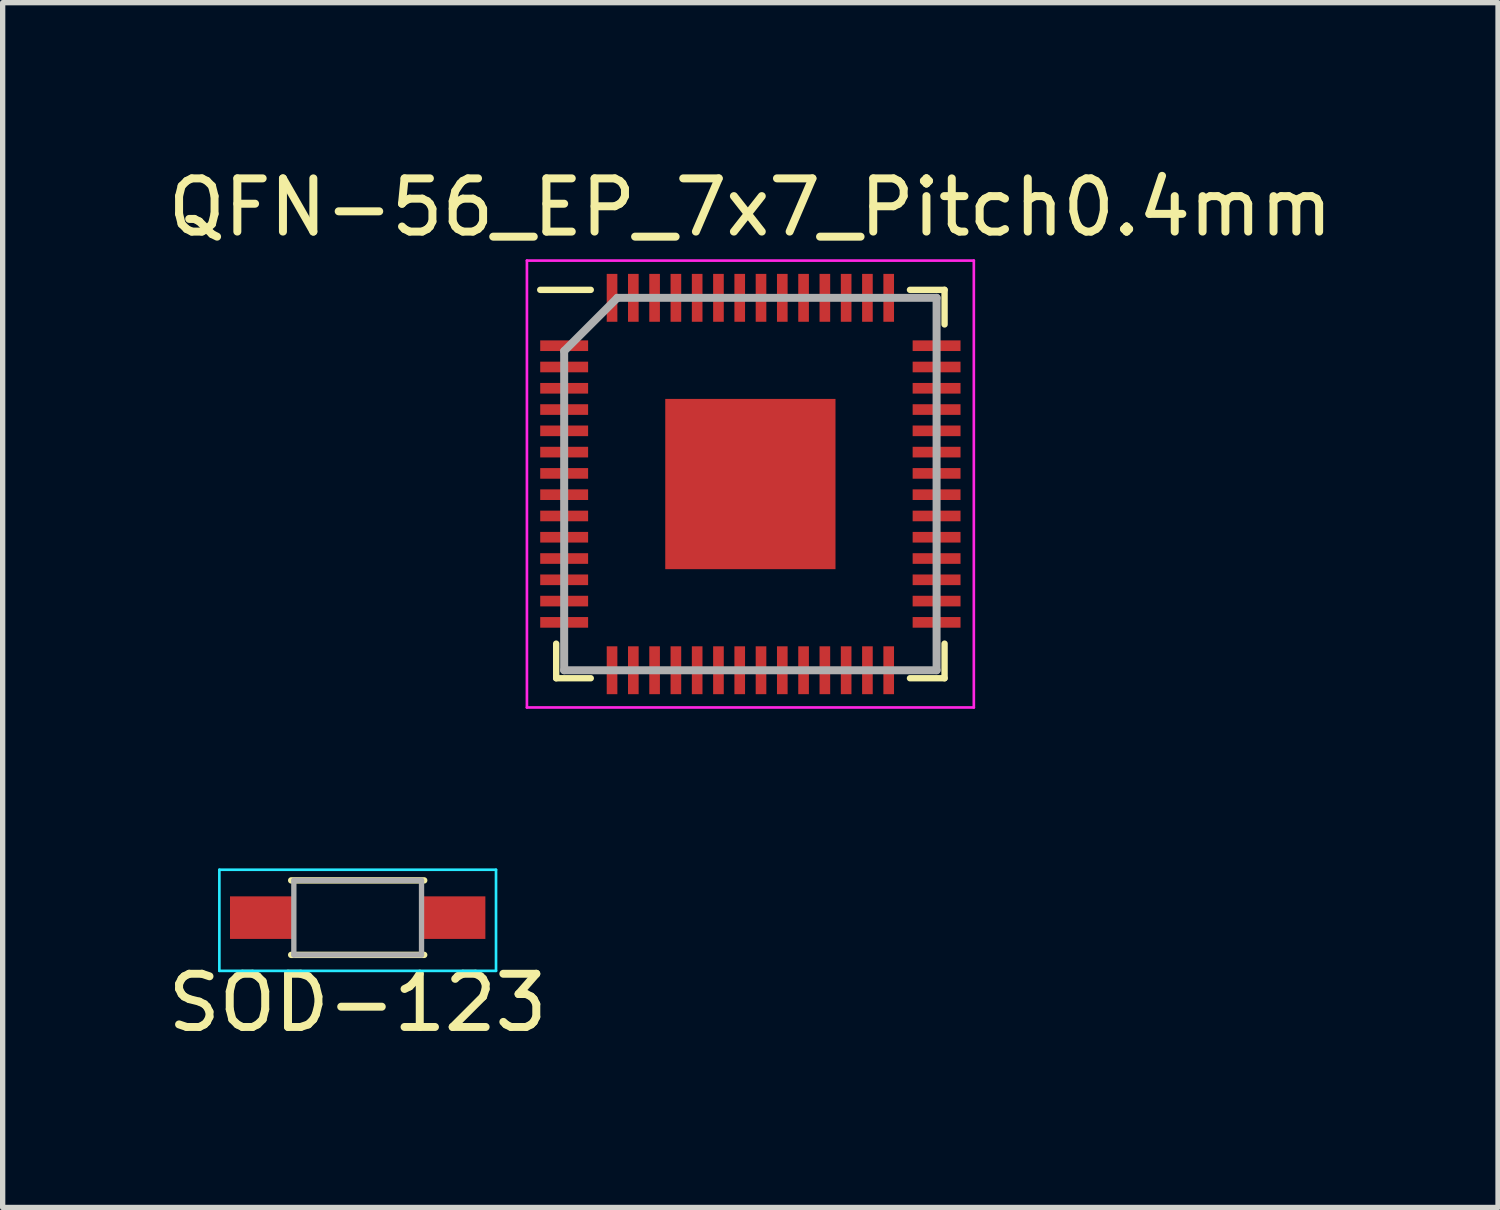
<source format=kicad_pcb>
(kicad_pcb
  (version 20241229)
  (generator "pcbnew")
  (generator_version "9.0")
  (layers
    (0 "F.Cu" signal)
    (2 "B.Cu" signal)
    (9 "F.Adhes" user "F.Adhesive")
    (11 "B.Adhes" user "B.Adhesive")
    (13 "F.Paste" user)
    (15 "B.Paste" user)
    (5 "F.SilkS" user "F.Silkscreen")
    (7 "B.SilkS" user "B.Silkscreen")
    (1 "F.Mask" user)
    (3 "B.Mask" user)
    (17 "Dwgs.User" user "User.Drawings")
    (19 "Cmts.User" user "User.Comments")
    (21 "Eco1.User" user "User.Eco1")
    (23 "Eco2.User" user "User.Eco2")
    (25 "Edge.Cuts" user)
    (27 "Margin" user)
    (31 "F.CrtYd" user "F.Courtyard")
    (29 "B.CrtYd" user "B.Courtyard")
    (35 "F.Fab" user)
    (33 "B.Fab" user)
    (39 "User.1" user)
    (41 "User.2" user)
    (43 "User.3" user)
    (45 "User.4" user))
  (footprint "QFN-56_EP_7x7_Pitch0.4mm"
    (layer "F.Cu")
    (at 11.054 6.048)
    (property "Reference" "QFN-56_EP_7x7_Pitch0.4mm" (at 0 -5.2 0) (layer "F.SilkS") (effects (font (size 1 1) (thickness 0.15))))
    (attr through_hole)
    (fp_line (start -3.65 3.65) (end -3.65 3) (stroke (width 0.12) (type solid)) (layer "F.SilkS"))
    (fp_line (start -3 -3.65) (end -3.95 -3.65) (stroke (width 0.12) (type solid)) (layer "F.SilkS"))
    (fp_line (start -3 3.65) (end -3.65 3.65) (stroke (width 0.12) (type solid)) (layer "F.SilkS"))
    (fp_line (start 3 -3.65) (end 3.65 -3.65) (stroke (width 0.12) (type solid)) (layer "F.SilkS"))
    (fp_line (start 3 3.65) (end 3.65 3.65) (stroke (width 0.12) (type solid)) (layer "F.SilkS"))
    (fp_line (start 3.65 -3.65) (end 3.65 -3) (stroke (width 0.12) (type solid)) (layer "F.SilkS"))
    (fp_line (start 3.65 3.65) (end 3.65 3) (stroke (width 0.12) (type solid)) (layer "F.SilkS"))
    (fp_line (start -4.2 -4.2) (end 4.2 -4.2) (stroke (width 0.05) (type solid)) (layer "F.CrtYd"))
    (fp_line (start -4.2 4.2) (end -4.2 -4.2) (stroke (width 0.05) (type solid)) (layer "F.CrtYd"))
    (fp_line (start 4.2 -4.2) (end 4.2 4.2) (stroke (width 0.05) (type solid)) (layer "F.CrtYd"))
    (fp_line (start 4.2 4.2) (end -4.2 4.2) (stroke (width 0.05) (type solid)) (layer "F.CrtYd"))
    (fp_line (start -3.5 -2.5) (end -3.5 3.5) (stroke (width 0.15) (type solid)) (layer "F.Fab"))
    (fp_line (start -3.5 3.5) (end 3.5 3.5) (stroke (width 0.15) (type solid)) (layer "F.Fab"))
    (fp_line (start -2.5 -3.5) (end -3.5 -2.5) (stroke (width 0.15) (type solid)) (layer "F.Fab"))
    (fp_line (start 3.5 -3.5) (end -2.5 -3.5) (stroke (width 0.15) (type solid)) (layer "F.Fab"))
    (fp_line (start 3.5 3.5) (end 3.5 -3.5) (stroke (width 0.15) (type solid)) (layer "F.Fab"))
    (pad "1" smd rect (at -3.5 -2.6 90) (size 0.2 0.9) (layers "F.Cu" "F.Mask" "F.Paste"))
    (pad "2" smd rect (at -3.5 -2.2 90) (size 0.2 0.9) (layers "F.Cu" "F.Mask" "F.Paste"))
    (pad "3" smd rect (at -3.5 -1.8 90) (size 0.2 0.9) (layers "F.Cu" "F.Mask" "F.Paste"))
    (pad "4" smd rect (at -3.5 -1.4 90) (size 0.2 0.9) (layers "F.Cu" "F.Mask" "F.Paste"))
    (pad "5" smd rect (at -3.5 -1 90) (size 0.2 0.9) (layers "F.Cu" "F.Mask" "F.Paste"))
    (pad "6" smd rect (at -3.5 -0.6 90) (size 0.2 0.9) (layers "F.Cu" "F.Mask" "F.Paste"))
    (pad "7" smd rect (at -3.5 -0.2 90) (size 0.2 0.9) (layers "F.Cu" "F.Mask" "F.Paste"))
    (pad "8" smd rect (at -3.5 0.2 90) (size 0.2 0.9) (layers "F.Cu" "F.Mask" "F.Paste"))
    (pad "9" smd rect (at -3.5 0.6 90) (size 0.2 0.9) (layers "F.Cu" "F.Mask" "F.Paste"))
    (pad "10" smd rect (at -3.5 1 90) (size 0.2 0.9) (layers "F.Cu" "F.Mask" "F.Paste"))
    (pad "11" smd rect (at -3.5 1.4 90) (size 0.2 0.9) (layers "F.Cu" "F.Mask" "F.Paste"))
    (pad "12" smd rect (at -3.5 1.8 90) (size 0.2 0.9) (layers "F.Cu" "F.Mask" "F.Paste"))
    (pad "13" smd rect (at -3.5 2.2 90) (size 0.2 0.9) (layers "F.Cu" "F.Mask" "F.Paste"))
    (pad "14" smd rect (at -3.5 2.6 90) (size 0.2 0.9) (layers "F.Cu" "F.Mask" "F.Paste"))
    (pad "15" smd rect (at -2.6 3.5) (size 0.2 0.9) (layers "F.Cu" "F.Mask" "F.Paste"))
    (pad "16" smd rect (at -2.2 3.5) (size 0.2 0.9) (layers "F.Cu" "F.Mask" "F.Paste"))
    (pad "17" smd rect (at -1.8 3.5) (size 0.2 0.9) (layers "F.Cu" "F.Mask" "F.Paste"))
    (pad "18" smd rect (at -1.4 3.5) (size 0.2 0.9) (layers "F.Cu" "F.Mask" "F.Paste"))
    (pad "19" smd rect (at -1 3.5) (size 0.2 0.9) (layers "F.Cu" "F.Mask" "F.Paste"))
    (pad "20" smd rect (at -0.6 3.5) (size 0.2 0.9) (layers "F.Cu" "F.Mask" "F.Paste"))
    (pad "21" smd rect (at -0.2 3.5) (size 0.2 0.9) (layers "F.Cu" "F.Mask" "F.Paste"))
    (pad "22" smd rect (at 0.2 3.5) (size 0.2 0.9) (layers "F.Cu" "F.Mask" "F.Paste"))
    (pad "23" smd rect (at 0.6 3.5) (size 0.2 0.9) (layers "F.Cu" "F.Mask" "F.Paste"))
    (pad "24" smd rect (at 1 3.5) (size 0.2 0.9) (layers "F.Cu" "F.Mask" "F.Paste"))
    (pad "25" smd rect (at 1.4 3.5) (size 0.2 0.9) (layers "F.Cu" "F.Mask" "F.Paste"))
    (pad "26" smd rect (at 1.8 3.5) (size 0.2 0.9) (layers "F.Cu" "F.Mask" "F.Paste"))
    (pad "27" smd rect (at 2.2 3.5) (size 0.2 0.9) (layers "F.Cu" "F.Mask" "F.Paste"))
    (pad "28" smd rect (at 2.6 3.5) (size 0.2 0.9) (layers "F.Cu" "F.Mask" "F.Paste"))
    (pad "29" smd rect (at 3.5 2.6 90) (size 0.2 0.9) (layers "F.Cu" "F.Mask" "F.Paste"))
    (pad "30" smd rect (at 3.5 2.2 90) (size 0.2 0.9) (layers "F.Cu" "F.Mask" "F.Paste"))
    (pad "31" smd rect (at 3.5 1.8 90) (size 0.2 0.9) (layers "F.Cu" "F.Mask" "F.Paste"))
    (pad "32" smd rect (at 3.5 1.4 90) (size 0.2 0.9) (layers "F.Cu" "F.Mask" "F.Paste"))
    (pad "33" smd rect (at 3.5 1 90) (size 0.2 0.9) (layers "F.Cu" "F.Mask" "F.Paste"))
    (pad "34" smd rect (at 3.5 0.6 90) (size 0.2 0.9) (layers "F.Cu" "F.Mask" "F.Paste"))
    (pad "35" smd rect (at 3.5 0.2 90) (size 0.2 0.9) (layers "F.Cu" "F.Mask" "F.Paste"))
    (pad "36" smd rect (at 3.5 -0.2 90) (size 0.2 0.9) (layers "F.Cu" "F.Mask" "F.Paste"))
    (pad "37" smd rect (at 3.5 -0.6 90) (size 0.2 0.9) (layers "F.Cu" "F.Mask" "F.Paste"))
    (pad "38" smd rect (at 3.5 -1 90) (size 0.2 0.9) (layers "F.Cu" "F.Mask" "F.Paste"))
    (pad "39" smd rect (at 3.5 -1.4 90) (size 0.2 0.9) (layers "F.Cu" "F.Mask" "F.Paste"))
    (pad "40" smd rect (at 3.5 -1.8 90) (size 0.2 0.9) (layers "F.Cu" "F.Mask" "F.Paste"))
    (pad "41" smd rect (at 3.5 -2.2 90) (size 0.2 0.9) (layers "F.Cu" "F.Mask" "F.Paste"))
    (pad "42" smd rect (at 3.5 -2.6 90) (size 0.2 0.9) (layers "F.Cu" "F.Mask" "F.Paste"))
    (pad "43" smd rect (at 2.6 -3.5) (size 0.2 0.9) (layers "F.Cu" "F.Mask" "F.Paste"))
    (pad "44" smd rect (at 2.2 -3.5) (size 0.2 0.9) (layers "F.Cu" "F.Mask" "F.Paste"))
    (pad "45" smd rect (at 1.8 -3.5) (size 0.2 0.9) (layers "F.Cu" "F.Mask" "F.Paste"))
    (pad "46" smd rect (at 1.4 -3.5) (size 0.2 0.9) (layers "F.Cu" "F.Mask" "F.Paste"))
    (pad "47" smd rect (at 1 -3.5) (size 0.2 0.9) (layers "F.Cu" "F.Mask" "F.Paste"))
    (pad "48" smd rect (at 0.6 -3.5) (size 0.2 0.9) (layers "F.Cu" "F.Mask" "F.Paste"))
    (pad "49" smd rect (at 0.2 -3.5) (size 0.2 0.9) (layers "F.Cu" "F.Mask" "F.Paste"))
    (pad "50" smd rect (at -0.2 -3.5) (size 0.2 0.9) (layers "F.Cu" "F.Mask" "F.Paste"))
    (pad "51" smd rect (at -0.6 -3.5) (size 0.2 0.9) (layers "F.Cu" "F.Mask" "F.Paste"))
    (pad "52" smd rect (at -1 -3.5) (size 0.2 0.9) (layers "F.Cu" "F.Mask" "F.Paste"))
    (pad "53" smd rect (at -1.4 -3.5) (size 0.2 0.9) (layers "F.Cu" "F.Mask" "F.Paste"))
    (pad "54" smd rect (at -1.8 -3.5) (size 0.2 0.9) (layers "F.Cu" "F.Mask" "F.Paste"))
    (pad "55" smd rect (at -2.2 -3.5) (size 0.2 0.9) (layers "F.Cu" "F.Mask" "F.Paste"))
    (pad "56" smd rect (at -2.6 -3.5) (size 0.2 0.9) (layers "F.Cu" "F.Mask" "F.Paste"))
    (pad "57" smd rect (at 0 0) (size 3.2 3.2) (layers "F.Cu" "F.Mask" "F.Paste")))
  (footprint "SOD-123"
    (layer "F.Cu")
    (at 3.673 14.198)
    (property "Reference" "SOD-123" (at 0 1.6 0) (layer "F.SilkS") (effects (font (size 1 1) (thickness 0.15))))
    (attr through_hole)
    (fp_line (start -1.25 -0.7) (end 1.25 -0.7) (stroke (width 0.12) (type solid)) (layer "F.SilkS"))
    (fp_line (start -1.25 0.7) (end 1.25 0.7) (stroke (width 0.12) (type solid)) (layer "F.SilkS"))
    (fp_line (start -2.6 -0.9) (end 2.6 -0.9) (stroke (width 0.05) (type solid)) (layer "B.CrtYd"))
    (fp_line (start -2.6 1) (end -2.6 -0.9) (stroke (width 0.05) (type solid)) (layer "B.CrtYd"))
    (fp_line (start 2.6 -0.9) (end 2.6 1) (stroke (width 0.05) (type solid)) (layer "B.CrtYd"))
    (fp_line (start 2.6 1) (end -2.6 1) (stroke (width 0.05) (type solid)) (layer "B.CrtYd"))
    (fp_line (start -1.2 -0.7) (end 1.2 -0.7) (stroke (width 0.1) (type solid)) (layer "F.Fab"))
    (fp_line (start -1.2 0.7) (end -1.2 -0.7) (stroke (width 0.1) (type solid)) (layer "F.Fab"))
    (fp_line (start 1.2 -0.7) (end 1.2 0.7) (stroke (width 0.1) (type solid)) (layer "F.Fab"))
    (fp_line (start 1.2 0.7) (end -1.2 0.7) (stroke (width 0.1) (type solid)) (layer "F.Fab"))
    (pad "1" smd rect (at -1.8 0) (size 1.2 0.8) (layers "F.Cu" "F.Mask" "F.Paste"))
    (pad "2" smd rect (at 1.8 0) (size 1.2 0.8) (layers "F.Cu" "F.Mask" "F.Paste")))
  (gr_rect
    (start -3 -3)
    (end 25.107 19.646)
    (stroke (width 0.1) (type default))
    (fill no)
    (layer "Edge.Cuts")))
</source>
